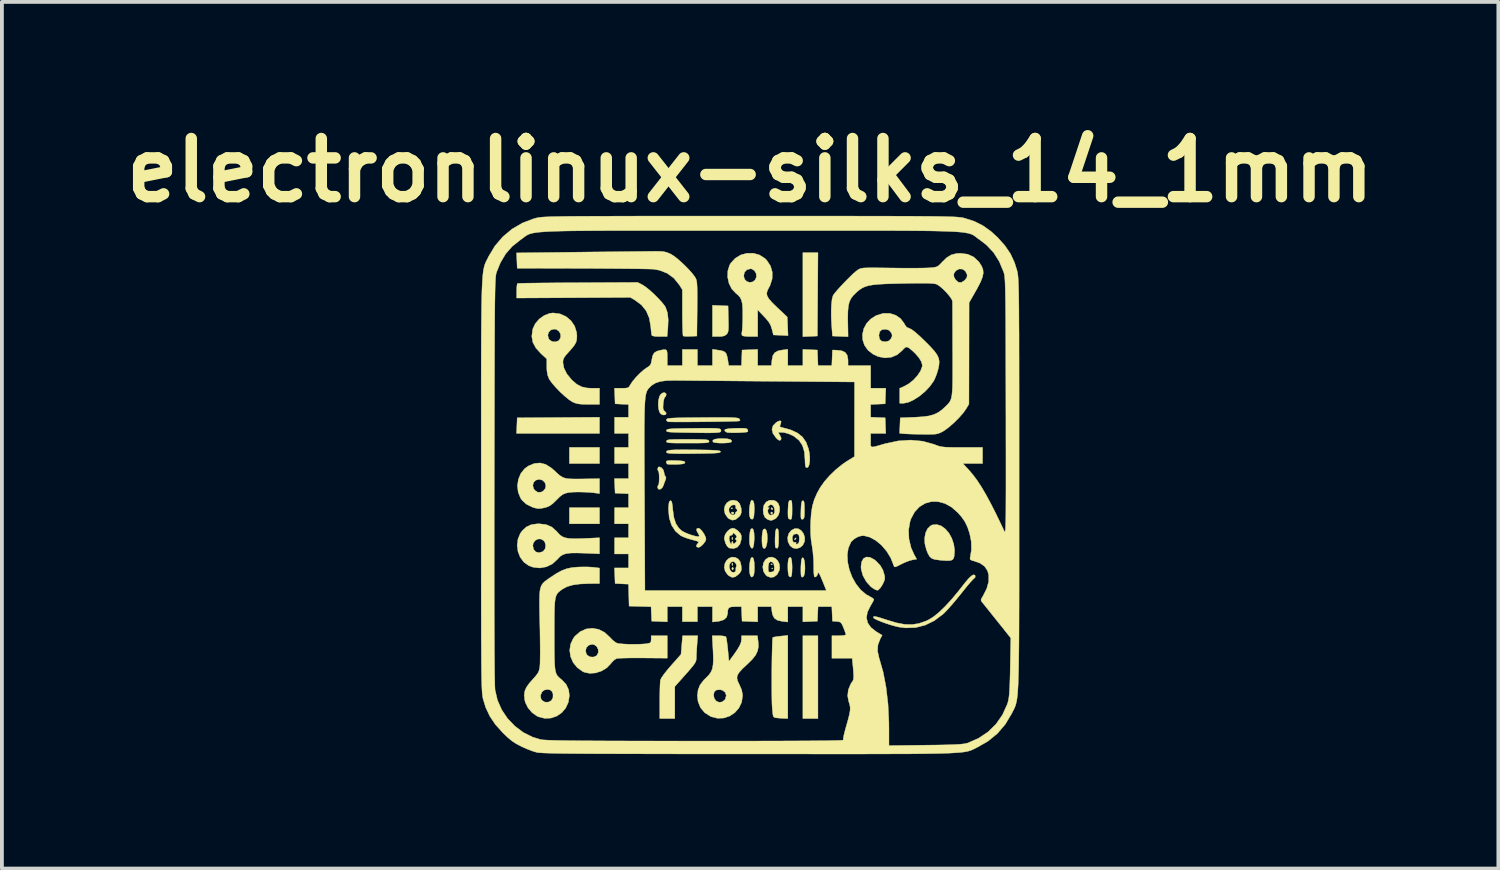
<source format=kicad_pcb>
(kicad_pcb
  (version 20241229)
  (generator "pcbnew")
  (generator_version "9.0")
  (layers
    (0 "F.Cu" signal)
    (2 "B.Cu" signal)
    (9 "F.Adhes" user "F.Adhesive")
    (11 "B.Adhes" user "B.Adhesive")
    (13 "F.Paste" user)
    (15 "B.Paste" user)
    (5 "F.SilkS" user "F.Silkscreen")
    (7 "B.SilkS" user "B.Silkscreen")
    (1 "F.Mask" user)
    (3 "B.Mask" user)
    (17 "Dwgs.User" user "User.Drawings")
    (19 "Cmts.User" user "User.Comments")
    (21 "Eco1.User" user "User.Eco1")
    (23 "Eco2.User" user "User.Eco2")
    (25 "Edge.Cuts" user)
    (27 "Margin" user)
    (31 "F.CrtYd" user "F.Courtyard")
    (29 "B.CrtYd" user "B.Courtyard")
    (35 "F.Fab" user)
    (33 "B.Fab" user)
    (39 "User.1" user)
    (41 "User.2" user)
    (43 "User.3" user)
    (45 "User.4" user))
  (footprint "electronlinux-silks_14_1mm"
    (layer "F.Cu")
    (at 16.626 9.673)
    (property "Reference" "electronlinux-silks_14_1mm" (at 0 -8.255 0) (layer "F.SilkS") (effects (font (size 1.524 1.524) (thickness 0.3))))
    (attr through_hole)
    (fp_poly (pts (xy -3.951 -1.355) (xy -6.127 -1.355) (xy -6.11 -1.764) (xy -3.951 -1.779) (xy -3.951 -1.355)) (stroke (width 0.01) (type solid)) (fill yes) (layer "F.SilkS"))
    (fp_poly (pts (xy -3.951 -0.564) (xy -4.741 -0.564) (xy -4.741 -0.988) (xy -3.951 -0.988) (xy -3.951 -0.564)) (stroke (width 0.01) (type solid)) (fill yes) (layer "F.SilkS"))
    (fp_poly (pts (xy -3.951 1.016) (xy -4.741 1.016) (xy -4.741 0.593) (xy -3.951 0.593) (xy -3.951 1.016)) (stroke (width 0.01) (type solid)) (fill yes) (layer "F.SilkS"))
    (fp_poly (pts (xy 0.593 2.187) (xy 0.579 2.201) (xy 0.564 2.187) (xy 0.579 2.173) (xy 0.593 2.187)) (stroke (width 0.01) (type solid)) (fill yes) (layer "F.SilkS"))
    (fp_poly (pts (xy 1.764 -3.909) (xy 1.383 -3.892) (xy 1.383 -6.096) (xy 1.779 -6.096) (xy 1.764 -3.909)) (stroke (width 0.01) (type solid)) (fill yes) (layer "F.SilkS"))
    (fp_poly (pts (xy 1.778 6.124) (xy 1.383 6.124) (xy 1.383 3.951) (xy 1.778 3.951) (xy 1.778 6.124)) (stroke (width 0.01) (type solid)) (fill yes) (layer "F.SilkS"))
    (fp_poly (pts (xy -0.461 0.602) (xy -0.465 0.619) (xy -0.48 0.621) (xy -0.503 0.611) (xy -0.499 0.602) (xy -0.465 0.599) (xy -0.461 0.602)) (stroke (width 0.01) (type solid)) (fill yes) (layer "F.SilkS"))
    (fp_poly (pts (xy -0.46 1.378) (xy -0.457 1.422) (xy -0.463 1.432) (xy -0.476 1.423) (xy -0.478 1.395) (xy -0.471 1.365) (xy -0.46 1.378)) (stroke (width 0.01) (type solid)) (fill yes) (layer "F.SilkS"))
    (fp_poly (pts (xy -0.46 2.055) (xy -0.457 2.099) (xy -0.463 2.109) (xy -0.476 2.101) (xy -0.478 2.072) (xy -0.471 2.042) (xy -0.46 2.055)) (stroke (width 0.01) (type solid)) (fill yes) (layer "F.SilkS"))
    (fp_poly (pts (xy 0.583 2.07) (xy 0.579 2.086) (xy 0.564 2.088) (xy 0.541 2.078) (xy 0.546 2.07) (xy 0.579 2.066) (xy 0.583 2.07)) (stroke (width 0.01) (type solid)) (fill yes) (layer "F.SilkS"))
    (fp_poly (pts (xy -0.451 2.159) (xy -0.435 2.193) (xy -0.439 2.203) (xy -0.466 2.228) (xy -0.479 2.2) (xy -0.48 2.186) (xy -0.466 2.156) (xy -0.451 2.159)) (stroke (width 0.01) (type solid)) (fill yes) (layer "F.SilkS"))
    (fp_poly (pts (xy -0.429 0.72) (xy -0.423 0.734) (xy -0.444 0.761) (xy -0.45 0.762) (xy -0.488 0.741) (xy -0.494 0.734) (xy -0.487 0.71) (xy -0.467 0.706) (xy -0.429 0.72)) (stroke (width 0.01) (type solid)) (fill yes) (layer "F.SilkS"))
    (fp_poly (pts (xy 0.592 0.613) (xy 0.593 0.621) (xy 0.583 0.648) (xy 0.58 0.649) (xy 0.556 0.629) (xy 0.55 0.621) (xy 0.553 0.595) (xy 0.563 0.593) (xy 0.592 0.613)) (stroke (width 0.01) (type solid)) (fill yes) (layer "F.SilkS"))
    (fp_poly (pts (xy 0.592 0.727) (xy 0.593 0.734) (xy 0.571 0.761) (xy 0.564 0.762) (xy 0.537 0.741) (xy 0.536 0.734) (xy 0.558 0.706) (xy 0.564 0.706) (xy 0.592 0.727)) (stroke (width 0.01) (type solid)) (fill yes) (layer "F.SilkS"))
    (fp_poly (pts (xy 1.205 1.401) (xy 1.199 1.411) (xy 1.173 1.438) (xy 1.168 1.439) (xy 1.166 1.421) (xy 1.171 1.411) (xy 1.198 1.384) (xy 1.203 1.383) (xy 1.205 1.401)) (stroke (width 0.01) (type solid)) (fill yes) (layer "F.SilkS"))
    (fp_poly (pts (xy -0.783 -4.707) (xy -0.579 -4.699) (xy -0.571 -4.354) (xy -0.568 -4.207) (xy -0.569 -4.106) (xy -0.575 -4.039) (xy -0.588 -3.996) (xy -0.608 -3.965) (xy -0.62 -3.952) (xy -0.674 -3.915) (xy -0.752 -3.898) (xy -0.833 -3.895) (xy -0.988 -3.895) (xy -0.988 -4.716) (xy -0.783 -4.707)) (stroke (width 0.01) (type solid)) (fill yes) (layer "F.SilkS"))
    (fp_poly (pts (xy -0.596 -1.213) (xy -0.514 -1.193) (xy -0.484 -1.161) (xy -0.492 -1.131) (xy -0.529 -1.116) (xy -0.605 -1.106) (xy -0.703 -1.101) (xy -0.806 -1.102) (xy -0.897 -1.109) (xy -0.959 -1.121) (xy -0.975 -1.131) (xy -0.979 -1.175) (xy -0.928 -1.203) (xy -0.823 -1.218) (xy -0.733 -1.22) (xy -0.596 -1.213)) (stroke (width 0.01) (type solid)) (fill yes) (layer "F.SilkS"))
    (fp_poly (pts (xy 0.086 1.177) (xy 0.103 1.26) (xy 0.108 1.381) (xy 0.107 1.427) (xy 0.097 1.554) (xy 0.078 1.634) (xy 0.052 1.663) (xy 0.022 1.64) (xy -0.003 1.59) (xy -0.016 1.522) (xy -0.019 1.426) (xy -0.015 1.322) (xy -0.003 1.228) (xy 0.015 1.163) (xy 0.024 1.15) (xy 0.059 1.139) (xy 0.086 1.177)) (stroke (width 0.01) (type solid)) (fill yes) (layer "F.SilkS"))
    (fp_poly (pts (xy 0.09 1.937) (xy 0.107 2.028) (xy 0.112 2.163) (xy 0.108 2.286) (xy 0.093 2.363) (xy 0.071 2.399) (xy 0.038 2.414) (xy 0.013 2.388) (xy -0.002 2.353) (xy -0.016 2.281) (xy -0.02 2.182) (xy -0.014 2.075) (xy 0.001 1.981) (xy 0.022 1.917) (xy 0.03 1.906) (xy 0.064 1.895) (xy 0.09 1.937)) (stroke (width 0.01) (type solid)) (fill yes) (layer "F.SilkS"))
    (fp_poly (pts (xy 0.424 1.189) (xy 0.445 1.275) (xy 0.452 1.397) (xy 0.444 1.508) (xy 0.425 1.596) (xy 0.397 1.651) (xy 0.366 1.668) (xy 0.336 1.639) (xy 0.328 1.62) (xy 0.314 1.552) (xy 0.309 1.456) (xy 0.311 1.351) (xy 0.321 1.253) (xy 0.337 1.182) (xy 0.351 1.159) (xy 0.392 1.148) (xy 0.424 1.189)) (stroke (width 0.01) (type solid)) (fill yes) (layer "F.SilkS"))
    (fp_poly (pts (xy 1.074 1.913) (xy 1.092 1.986) (xy 1.1 2.108) (xy 1.101 2.159) (xy 1.097 2.294) (xy 1.087 2.377) (xy 1.067 2.412) (xy 1.036 2.406) (xy 1.021 2.392) (xy 1.004 2.348) (xy 0.993 2.266) (xy 0.989 2.164) (xy 0.99 2.06) (xy 0.999 1.974) (xy 1.013 1.923) (xy 1.047 1.891) (xy 1.074 1.913)) (stroke (width 0.01) (type solid)) (fill yes) (layer "F.SilkS"))
    (fp_poly (pts (xy 0.081 0.417) (xy 0.103 0.487) (xy 0.11 0.606) (xy 0.107 0.706) (xy 0.099 0.81) (xy 0.085 0.869) (xy 0.061 0.895) (xy 0.052 0.897) (xy 0.012 0.883) (xy -0.014 0.819) (xy -0.014 0.818) (xy -0.023 0.734) (xy -0.021 0.635) (xy -0.01 0.537) (xy 0.008 0.454) (xy 0.03 0.404) (xy 0.045 0.395) (xy 0.081 0.417)) (stroke (width 0.01) (type solid)) (fill yes) (layer "F.SilkS"))
    (fp_poly (pts (xy -1.954 -0.643) (xy -1.832 -0.637) (xy -1.756 -0.628) (xy -1.718 -0.613) (xy -1.707 -0.593) (xy -1.719 -0.57) (xy -1.761 -0.556) (xy -1.843 -0.547) (xy -1.935 -0.542) (xy -2.043 -0.541) (xy -2.129 -0.544) (xy -2.177 -0.551) (xy -2.181 -0.554) (xy -2.2 -0.598) (xy -2.201 -0.613) (xy -2.189 -0.632) (xy -2.148 -0.642) (xy -2.067 -0.645) (xy -1.954 -0.643)) (stroke (width 0.01) (type solid)) (fill yes) (layer "F.SilkS"))
    (fp_poly (pts (xy 1.404 0.419) (xy 1.417 0.457) (xy 1.423 0.531) (xy 1.425 0.649) (xy 1.424 0.767) (xy 1.418 0.84) (xy 1.405 0.879) (xy 1.384 0.896) (xy 1.375 0.898) (xy 1.351 0.898) (xy 1.336 0.879) (xy 1.33 0.831) (xy 1.33 0.744) (xy 1.332 0.658) (xy 1.338 0.535) (xy 1.348 0.459) (xy 1.362 0.42) (xy 1.383 0.409) (xy 1.404 0.419)) (stroke (width 0.01) (type solid)) (fill yes) (layer "F.SilkS"))
    (fp_poly (pts (xy 1.407 1.93) (xy 1.425 1.997) (xy 1.435 2.088) (xy 1.438 2.19) (xy 1.432 2.286) (xy 1.418 2.361) (xy 1.398 2.398) (xy 1.361 2.419) (xy 1.34 2.394) (xy 1.34 2.393) (xy 1.333 2.346) (xy 1.33 2.26) (xy 1.331 2.152) (xy 1.332 2.128) (xy 1.339 2.012) (xy 1.349 1.943) (xy 1.366 1.911) (xy 1.383 1.905) (xy 1.407 1.93)) (stroke (width 0.01) (type solid)) (fill yes) (layer "F.SilkS"))
    (fp_poly (pts (xy 0.726 1.153) (xy 0.739 1.189) (xy 0.746 1.262) (xy 0.748 1.38) (xy 0.748 1.395) (xy 0.745 1.531) (xy 0.735 1.617) (xy 0.718 1.655) (xy 0.713 1.658) (xy 0.673 1.647) (xy 0.662 1.63) (xy 0.656 1.584) (xy 0.653 1.498) (xy 0.654 1.39) (xy 0.655 1.366) (xy 0.661 1.25) (xy 0.672 1.181) (xy 0.689 1.149) (xy 0.706 1.143) (xy 0.726 1.153)) (stroke (width 0.01) (type solid)) (fill yes) (layer "F.SilkS"))
    (fp_poly (pts (xy -0.15 -1.49) (xy -0.099 -1.481) (xy -0.073 -1.465) (xy -0.067 -1.453) (xy -0.057 -1.41) (xy -0.06 -1.4) (xy -0.098 -1.389) (xy -0.177 -1.381) (xy -0.281 -1.375) (xy -0.393 -1.372) (xy -0.497 -1.373) (xy -0.578 -1.377) (xy -0.616 -1.384) (xy -0.662 -1.416) (xy -0.67 -1.446) (xy -0.64 -1.465) (xy -0.563 -1.479) (xy -0.434 -1.488) (xy -0.371 -1.49) (xy -0.238 -1.492) (xy -0.15 -1.49)) (stroke (width 0.01) (type solid)) (fill yes) (layer "F.SilkS"))
    (fp_poly (pts (xy 1.075 0.401) (xy 1.089 0.422) (xy 1.097 0.473) (xy 1.1 0.564) (xy 1.101 0.647) (xy 1.099 0.771) (xy 1.093 0.849) (xy 1.082 0.889) (xy 1.062 0.903) (xy 1.057 0.903) (xy 1.01 0.882) (xy 1 0.865) (xy 0.994 0.82) (xy 0.991 0.735) (xy 0.993 0.629) (xy 0.994 0.619) (xy 1 0.508) (xy 1.011 0.442) (xy 1.03 0.41) (xy 1.051 0.4) (xy 1.075 0.401)) (stroke (width 0.01) (type solid)) (fill yes) (layer "F.SilkS"))
    (fp_poly (pts (xy 3.146 1.896) (xy 3.257 1.956) (xy 3.304 1.995) (xy 3.413 2.109) (xy 3.482 2.229) (xy 3.522 2.361) (xy 3.533 2.435) (xy 3.522 2.501) (xy 3.485 2.584) (xy 3.471 2.611) (xy 3.416 2.697) (xy 3.364 2.75) (xy 3.341 2.76) (xy 3.289 2.747) (xy 3.215 2.702) (xy 3.163 2.663) (xy 3.045 2.531) (xy 2.958 2.374) (xy 2.912 2.209) (xy 2.907 2.141) (xy 2.925 2.012) (xy 2.974 1.926) (xy 3.05 1.887) (xy 3.146 1.896)) (stroke (width 0.01) (type solid)) (fill yes) (layer "F.SilkS"))
    (fp_poly (pts (xy -2.205 -2.396) (xy -2.201 -2.373) (xy -2.216 -2.323) (xy -2.234 -2.308) (xy -2.253 -2.276) (xy -2.271 -2.205) (xy -2.28 -2.133) (xy -2.285 -2.034) (xy -2.277 -1.977) (xy -2.255 -1.947) (xy -2.247 -1.942) (xy -2.208 -1.901) (xy -2.201 -1.875) (xy -2.223 -1.843) (xy -2.276 -1.837) (xy -2.337 -1.859) (xy -2.378 -1.914) (xy -2.403 -2.006) (xy -2.411 -2.117) (xy -2.403 -2.229) (xy -2.378 -2.326) (xy -2.348 -2.378) (xy -2.293 -2.419) (xy -2.239 -2.424) (xy -2.205 -2.396)) (stroke (width 0.01) (type solid)) (fill yes) (layer "F.SilkS"))
    (fp_poly (pts (xy 5.01 1.071) (xy 5.118 1.149) (xy 5.213 1.259) (xy 5.288 1.395) (xy 5.34 1.548) (xy 5.363 1.711) (xy 5.351 1.871) (xy 5.334 1.926) (xy 5.303 1.962) (xy 5.248 1.98) (xy 5.159 1.984) (xy 5.027 1.975) (xy 4.97 1.969) (xy 4.848 1.953) (xy 4.765 1.925) (xy 4.707 1.874) (xy 4.66 1.789) (xy 4.623 1.695) (xy 4.583 1.54) (xy 4.577 1.388) (xy 4.603 1.251) (xy 4.657 1.139) (xy 4.738 1.064) (xy 4.777 1.046) (xy 4.895 1.035) (xy 5.01 1.071)) (stroke (width 0.01) (type solid)) (fill yes) (layer "F.SilkS"))
    (fp_poly (pts (xy -2.325 -0.455) (xy -2.276 -0.396) (xy -2.258 -0.328) (xy -2.244 -0.263) (xy -2.224 -0.232) (xy -2.206 -0.186) (xy -2.221 -0.135) (xy -2.251 -0.059) (xy -2.276 0.014) (xy -2.309 0.074) (xy -2.355 0.108) (xy -2.399 0.111) (xy -2.425 0.078) (xy -2.427 0.058) (xy -2.418 0.011) (xy -2.406 0) (xy -2.395 -0.026) (xy -2.388 -0.093) (xy -2.385 -0.183) (xy -2.388 -0.277) (xy -2.396 -0.343) (xy -2.406 -0.367) (xy -2.423 -0.391) (xy -2.427 -0.423) (xy -2.41 -0.469) (xy -2.387 -0.48) (xy -2.325 -0.455)) (stroke (width 0.01) (type solid)) (fill yes) (layer "F.SilkS"))
    (fp_poly (pts (xy 0.988 6.124) (xy 0.868 6.12) (xy 0.772 6.114) (xy 0.687 6.106) (xy 0.673 6.104) (xy 0.638 6.096) (xy 0.615 6.079) (xy 0.6 6.04) (xy 0.59 5.969) (xy 0.58 5.856) (xy 0.578 5.828) (xy 0.573 5.738) (xy 0.57 5.61) (xy 0.568 5.451) (xy 0.567 5.271) (xy 0.567 5.076) (xy 0.568 4.876) (xy 0.57 4.678) (xy 0.573 4.491) (xy 0.577 4.322) (xy 0.581 4.181) (xy 0.585 4.074) (xy 0.591 4.011) (xy 0.594 3.997) (xy 0.628 3.987) (xy 0.701 3.974) (xy 0.798 3.963) (xy 0.988 3.943) (xy 0.988 6.124)) (stroke (width 0.01) (type solid)) (fill yes) (layer "F.SilkS"))
    (fp_poly (pts (xy -1.393 4.184) (xy -1.401 4.311) (xy -1.408 4.431) (xy -1.411 4.523) (xy -1.411 4.533) (xy -1.414 4.581) (xy -1.426 4.626) (xy -1.453 4.677) (xy -1.5 4.742) (xy -1.574 4.831) (xy -1.679 4.951) (xy -1.693 4.967) (xy -1.976 5.285) (xy -1.976 6.124) (xy -2.371 6.124) (xy -2.371 5.662) (xy -2.37 5.5) (xy -2.367 5.351) (xy -2.363 5.229) (xy -2.357 5.144) (xy -2.354 5.116) (xy -2.327 5.057) (xy -2.264 4.966) (xy -2.172 4.849) (xy -2.075 4.736) (xy -1.814 4.441) (xy -1.793 4.196) (xy -1.773 3.951) (xy -1.375 3.951) (xy -1.393 4.184)) (stroke (width 0.01) (type solid)) (fill yes) (layer "F.SilkS"))
    (fp_poly (pts (xy -1.636 -0.926) (xy -1.466 -0.925) (xy -1.248 -0.922) (xy -1.08 -0.919) (xy -0.956 -0.914) (xy -0.87 -0.909) (xy -0.816 -0.901) (xy -0.787 -0.891) (xy -0.776 -0.878) (xy -0.776 -0.875) (xy -0.783 -0.862) (xy -0.807 -0.851) (xy -0.855 -0.843) (xy -0.933 -0.837) (xy -1.047 -0.832) (xy -1.203 -0.829) (xy -1.408 -0.826) (xy -1.473 -0.825) (xy -1.717 -0.823) (xy -1.908 -0.824) (xy -2.048 -0.828) (xy -2.139 -0.835) (xy -2.183 -0.845) (xy -2.188 -0.849) (xy -2.197 -0.874) (xy -2.186 -0.893) (xy -2.149 -0.908) (xy -2.081 -0.918) (xy -1.976 -0.924) (xy -1.83 -0.926) (xy -1.636 -0.926)) (stroke (width 0.01) (type solid)) (fill yes) (layer "F.SilkS"))
    (fp_poly (pts (xy -1.447 -1.199) (xy -1.306 -1.197) (xy -1.207 -1.194) (xy -1.142 -1.188) (xy -1.103 -1.179) (xy -1.084 -1.166) (xy -1.078 -1.15) (xy -1.078 -1.133) (xy -1.092 -1.121) (xy -1.125 -1.112) (xy -1.185 -1.106) (xy -1.28 -1.103) (xy -1.415 -1.101) (xy -1.599 -1.101) (xy -1.637 -1.101) (xy -1.83 -1.101) (xy -1.973 -1.102) (xy -2.074 -1.105) (xy -2.14 -1.111) (xy -2.178 -1.119) (xy -2.194 -1.131) (xy -2.197 -1.147) (xy -2.196 -1.15) (xy -2.188 -1.167) (xy -2.168 -1.18) (xy -2.128 -1.189) (xy -2.061 -1.194) (xy -1.959 -1.198) (xy -1.815 -1.199) (xy -1.637 -1.199) (xy -1.447 -1.199)) (stroke (width 0.01) (type solid)) (fill yes) (layer "F.SilkS"))
    (fp_poly (pts (xy 0.653 1.919) (xy 0.721 1.981) (xy 0.765 2.068) (xy 0.776 2.171) (xy 0.762 2.244) (xy 0.706 2.348) (xy 0.627 2.409) (xy 0.537 2.424) (xy 0.445 2.389) (xy 0.408 2.358) (xy 0.349 2.263) (xy 0.331 2.148) (xy 0.474 2.148) (xy 0.475 2.232) (xy 0.485 2.273) (xy 0.513 2.284) (xy 0.557 2.281) (xy 0.608 2.269) (xy 0.63 2.236) (xy 0.635 2.166) (xy 0.635 2.162) (xy 0.62 2.065) (xy 0.586 2.022) (xy 0.53 2.008) (xy 0.492 2.045) (xy 0.475 2.13) (xy 0.474 2.148) (xy 0.331 2.148) (xy 0.331 2.148) (xy 0.353 2.034) (xy 0.403 1.954) (xy 0.484 1.898) (xy 0.571 1.889) (xy 0.653 1.919)) (stroke (width 0.01) (type solid)) (fill yes) (layer "F.SilkS"))
    (fp_poly (pts (xy -0.974 -1.49) (xy -0.885 -1.487) (xy -0.827 -1.481) (xy -0.792 -1.472) (xy -0.776 -1.459) (xy -0.772 -1.453) (xy -0.764 -1.427) (xy -0.766 -1.407) (xy -0.785 -1.391) (xy -0.824 -1.381) (xy -0.891 -1.374) (xy -0.991 -1.37) (xy -1.129 -1.369) (xy -1.311 -1.371) (xy -1.543 -1.374) (xy -1.589 -1.375) (xy -1.791 -1.378) (xy -1.944 -1.382) (xy -2.053 -1.386) (xy -2.126 -1.392) (xy -2.17 -1.4) (xy -2.191 -1.411) (xy -2.197 -1.426) (xy -2.196 -1.433) (xy -2.189 -1.448) (xy -2.17 -1.46) (xy -2.132 -1.469) (xy -2.07 -1.476) (xy -1.976 -1.481) (xy -1.844 -1.484) (xy -1.667 -1.487) (xy -1.488 -1.489) (xy -1.269 -1.491) (xy -1.099 -1.492) (xy -0.974 -1.49)) (stroke (width 0.01) (type solid)) (fill yes) (layer "F.SilkS"))
    (fp_poly (pts (xy -0.622 -1.773) (xy -0.499 -1.771) (xy -0.41 -1.766) (xy -0.348 -1.76) (xy -0.31 -1.752) (xy -0.288 -1.742) (xy -0.283 -1.736) (xy -0.262 -1.7) (xy -0.286 -1.681) (xy -0.323 -1.677) (xy -0.408 -1.674) (xy -0.532 -1.67) (xy -0.689 -1.667) (xy -0.868 -1.664) (xy -1.062 -1.661) (xy -1.263 -1.659) (xy -1.462 -1.657) (xy -1.652 -1.656) (xy -1.823 -1.655) (xy -1.967 -1.656) (xy -2.076 -1.657) (xy -2.142 -1.659) (xy -2.156 -1.66) (xy -2.193 -1.69) (xy -2.196 -1.717) (xy -2.189 -1.73) (xy -2.17 -1.74) (xy -2.135 -1.748) (xy -2.076 -1.755) (xy -1.989 -1.76) (xy -1.868 -1.764) (xy -1.707 -1.767) (xy -1.5 -1.769) (xy -1.252 -1.771) (xy -0.993 -1.773) (xy -0.785 -1.774) (xy -0.622 -1.773)) (stroke (width 0.01) (type solid)) (fill yes) (layer "F.SilkS"))
    (fp_poly (pts (xy -0.384 1.899) (xy -0.311 1.941) (xy -0.258 2.016) (xy -0.234 2.123) (xy -0.228 2.21) (xy -0.244 2.268) (xy -0.288 2.324) (xy -0.305 2.341) (xy -0.392 2.408) (xy -0.473 2.421) (xy -0.556 2.38) (xy -0.595 2.345) (xy -0.657 2.254) (xy -0.677 2.158) (xy -0.548 2.158) (xy -0.524 2.233) (xy -0.486 2.278) (xy -0.435 2.293) (xy -0.391 2.273) (xy -0.374 2.229) (xy -0.378 2.214) (xy -0.375 2.166) (xy -0.368 2.155) (xy -0.356 2.109) (xy -0.378 2.053) (xy -0.421 2.012) (xy -0.45 2.004) (xy -0.508 2.027) (xy -0.542 2.084) (xy -0.548 2.158) (xy -0.677 2.158) (xy -0.677 2.156) (xy -0.663 2.062) (xy -0.62 1.98) (xy -0.554 1.919) (xy -0.474 1.889) (xy -0.384 1.899)) (stroke (width 0.01) (type solid)) (fill yes) (layer "F.SilkS"))
    (fp_poly (pts (xy 1.26 1.144) (xy 1.339 1.192) (xy 1.399 1.272) (xy 1.432 1.371) (xy 1.429 1.477) (xy 1.428 1.48) (xy 1.381 1.577) (xy 1.305 1.641) (xy 1.215 1.667) (xy 1.124 1.651) (xy 1.046 1.591) (xy 0.993 1.486) (xy 0.984 1.374) (xy 0.99 1.353) (xy 1.106 1.353) (xy 1.11 1.445) (xy 1.113 1.454) (xy 1.138 1.503) (xy 1.176 1.504) (xy 1.208 1.5) (xy 1.202 1.519) (xy 1.204 1.548) (xy 1.224 1.552) (xy 1.266 1.529) (xy 1.28 1.503) (xy 1.288 1.438) (xy 1.289 1.369) (xy 1.276 1.308) (xy 1.237 1.283) (xy 1.208 1.279) (xy 1.14 1.296) (xy 1.106 1.353) (xy 0.99 1.353) (xy 1.015 1.269) (xy 1.081 1.186) (xy 1.173 1.14) (xy 1.26 1.144)) (stroke (width 0.01) (type solid)) (fill yes) (layer "F.SilkS"))
    (fp_poly (pts (xy 0.677 0.423) (xy 0.74 0.486) (xy 0.772 0.578) (xy 0.773 0.683) (xy 0.744 0.783) (xy 0.686 0.863) (xy 0.648 0.889) (xy 0.581 0.921) (xy 0.532 0.926) (xy 0.472 0.908) (xy 0.46 0.903) (xy 0.389 0.849) (xy 0.349 0.756) (xy 0.339 0.642) (xy 0.351 0.58) (xy 0.458 0.58) (xy 0.47 0.593) (xy 0.481 0.593) (xy 0.506 0.599) (xy 0.485 0.617) (xy 0.462 0.659) (xy 0.468 0.719) (xy 0.495 0.771) (xy 0.532 0.79) (xy 0.597 0.775) (xy 0.616 0.766) (xy 0.641 0.72) (xy 0.643 0.65) (xy 0.625 0.577) (xy 0.589 0.527) (xy 0.586 0.525) (xy 0.537 0.512) (xy 0.488 0.544) (xy 0.458 0.58) (xy 0.351 0.58) (xy 0.361 0.527) (xy 0.421 0.443) (xy 0.508 0.398) (xy 0.611 0.398) (xy 0.677 0.423)) (stroke (width 0.01) (type solid)) (fill yes) (layer "F.SilkS"))
    (fp_poly (pts (xy -0.343 0.418) (xy -0.275 0.486) (xy -0.237 0.601) (xy -0.233 0.629) (xy -0.231 0.718) (xy -0.252 0.782) (xy -0.286 0.826) (xy -0.377 0.902) (xy -0.466 0.922) (xy -0.554 0.885) (xy -0.592 0.852) (xy -0.658 0.755) (xy -0.68 0.65) (xy -0.674 0.617) (xy -0.557 0.617) (xy -0.555 0.689) (xy -0.534 0.737) (xy -0.496 0.772) (xy -0.445 0.785) (xy -0.402 0.774) (xy -0.388 0.741) (xy -0.388 0.74) (xy -0.377 0.708) (xy -0.367 0.706) (xy -0.342 0.683) (xy -0.339 0.663) (xy -0.353 0.626) (xy -0.366 0.621) (xy -0.382 0.6) (xy -0.377 0.579) (xy -0.38 0.536) (xy -0.418 0.518) (xy -0.472 0.527) (xy -0.509 0.551) (xy -0.557 0.617) (xy -0.674 0.617) (xy -0.663 0.549) (xy -0.611 0.465) (xy -0.528 0.41) (xy -0.443 0.395) (xy -0.343 0.418)) (stroke (width 0.01) (type solid)) (fill yes) (layer "F.SilkS"))
    (fp_poly (pts (xy -2.822 -5.25) (xy -2.74 -5.196) (xy -2.635 -5.112) (xy -2.521 -5.008) (xy -2.41 -4.897) (xy -2.312 -4.791) (xy -2.241 -4.701) (xy -2.219 -4.664) (xy -2.169 -4.52) (xy -2.149 -4.337) (xy -2.158 -4.11) (xy -2.158 -4.109) (xy -2.178 -3.895) (xy -2.374 -3.895) (xy -2.496 -3.9) (xy -2.565 -3.915) (xy -2.581 -3.93) (xy -2.589 -3.975) (xy -2.598 -4.057) (xy -2.607 -4.156) (xy -2.646 -4.381) (xy -2.726 -4.568) (xy -2.849 -4.723) (xy -3.017 -4.848) (xy -3.142 -4.922) (xy -4.633 -4.914) (xy -6.124 -4.906) (xy -6.124 -5.09) (xy -6.121 -5.186) (xy -6.113 -5.258) (xy -6.103 -5.288) (xy -6.071 -5.29) (xy -5.988 -5.293) (xy -5.859 -5.296) (xy -5.689 -5.298) (xy -5.484 -5.301) (xy -5.248 -5.303) (xy -4.986 -5.306) (xy -4.704 -5.307) (xy -4.515 -5.308) (xy -2.949 -5.316) (xy -2.822 -5.25)) (stroke (width 0.01) (type solid)) (fill yes) (layer "F.SilkS"))
    (fp_poly (pts (xy 0.812 -1.674) (xy 0.805 -1.619) (xy 0.796 -1.595) (xy 0.778 -1.543) (xy 0.799 -1.519) (xy 0.84 -1.509) (xy 1.064 -1.448) (xy 1.24 -1.367) (xy 1.372 -1.262) (xy 1.467 -1.125) (xy 1.53 -0.953) (xy 1.551 -0.858) (xy 1.564 -0.736) (xy 1.563 -0.625) (xy 1.548 -0.534) (xy 1.523 -0.474) (xy 1.489 -0.454) (xy 1.459 -0.47) (xy 1.448 -0.506) (xy 1.441 -0.582) (xy 1.439 -0.661) (xy 1.423 -0.871) (xy 1.372 -1.039) (xy 1.284 -1.172) (xy 1.155 -1.276) (xy 1.103 -1.305) (xy 0.995 -1.35) (xy 0.89 -1.378) (xy 0.843 -1.383) (xy 0.736 -1.383) (xy 0.784 -1.299) (xy 0.814 -1.234) (xy 0.808 -1.194) (xy 0.798 -1.182) (xy 0.768 -1.17) (xy 0.725 -1.195) (xy 0.678 -1.241) (xy 0.598 -1.354) (xy 0.572 -1.46) (xy 0.6 -1.557) (xy 0.684 -1.642) (xy 0.711 -1.659) (xy 0.779 -1.688) (xy 0.812 -1.674)) (stroke (width 0.01) (type solid)) (fill yes) (layer "F.SilkS"))
    (fp_poly (pts (xy 5.889 2.36) (xy 5.902 2.375) (xy 5.903 2.419) (xy 5.869 2.452) (xy 5.833 2.487) (xy 5.769 2.558) (xy 5.685 2.657) (xy 5.589 2.776) (xy 5.517 2.866) (xy 5.405 3.004) (xy 5.291 3.138) (xy 5.186 3.257) (xy 5.099 3.348) (xy 5.063 3.382) (xy 4.832 3.556) (xy 4.592 3.674) (xy 4.34 3.738) (xy 4.076 3.747) (xy 3.895 3.723) (xy 3.791 3.698) (xy 3.67 3.663) (xy 3.543 3.621) (xy 3.424 3.577) (xy 3.325 3.535) (xy 3.257 3.501) (xy 3.234 3.481) (xy 3.232 3.456) (xy 3.256 3.446) (xy 3.313 3.454) (xy 3.408 3.48) (xy 3.548 3.525) (xy 3.594 3.54) (xy 3.84 3.614) (xy 4.052 3.654) (xy 4.242 3.659) (xy 4.422 3.632) (xy 4.604 3.57) (xy 4.68 3.535) (xy 4.807 3.457) (xy 4.956 3.336) (xy 5.12 3.177) (xy 5.295 2.986) (xy 5.475 2.769) (xy 5.526 2.703) (xy 5.644 2.553) (xy 5.735 2.447) (xy 5.804 2.382) (xy 5.854 2.354) (xy 5.889 2.36)) (stroke (width 0.01) (type solid)) (fill yes) (layer "F.SilkS"))
    (fp_poly (pts (xy -0.394 1.148) (xy -0.325 1.196) (xy -0.305 1.215) (xy -0.252 1.275) (xy -0.23 1.33) (xy -0.231 1.407) (xy -0.234 1.433) (xy -0.269 1.551) (xy -0.337 1.631) (xy -0.432 1.666) (xy -0.544 1.652) (xy -0.558 1.646) (xy -0.604 1.603) (xy -0.646 1.526) (xy -0.672 1.434) (xy -0.676 1.392) (xy -0.552 1.392) (xy -0.541 1.467) (xy -0.524 1.51) (xy -0.496 1.566) (xy -0.484 1.51) (xy -0.473 1.47) (xy -0.461 1.485) (xy -0.453 1.506) (xy -0.436 1.542) (xy -0.412 1.535) (xy -0.384 1.509) (xy -0.353 1.468) (xy -0.365 1.44) (xy -0.372 1.435) (xy -0.394 1.41) (xy -0.37 1.386) (xy -0.349 1.36) (xy -0.367 1.323) (xy -0.391 1.296) (xy -0.433 1.257) (xy -0.45 1.261) (xy -0.452 1.276) (xy -0.474 1.312) (xy -0.501 1.316) (xy -0.538 1.336) (xy -0.552 1.392) (xy -0.676 1.392) (xy -0.677 1.382) (xy -0.656 1.299) (xy -0.601 1.218) (xy -0.529 1.155) (xy -0.454 1.129) (xy -0.452 1.129) (xy -0.394 1.148)) (stroke (width 0.01) (type solid)) (fill yes) (layer "F.SilkS"))
    (fp_poly (pts (xy -2.066 0.422) (xy -2.05 0.466) (xy -2.037 0.551) (xy -2.028 0.652) (xy -2 0.852) (xy -1.95 1.008) (xy -1.872 1.128) (xy -1.799 1.196) (xy -1.735 1.234) (xy -1.645 1.274) (xy -1.544 1.31) (xy -1.45 1.337) (xy -1.375 1.351) (xy -1.338 1.347) (xy -1.339 1.315) (xy -1.366 1.266) (xy -1.406 1.19) (xy -1.4 1.144) (xy -1.356 1.129) (xy -1.311 1.152) (xy -1.258 1.211) (xy -1.206 1.287) (xy -1.169 1.365) (xy -1.157 1.418) (xy -1.177 1.477) (xy -1.227 1.545) (xy -1.289 1.604) (xy -1.346 1.635) (xy -1.357 1.637) (xy -1.402 1.62) (xy -1.411 1.598) (xy -1.391 1.549) (xy -1.366 1.521) (xy -1.349 1.501) (xy -1.362 1.483) (xy -1.413 1.463) (xy -1.51 1.437) (xy -1.524 1.434) (xy -1.641 1.4) (xy -1.75 1.36) (xy -1.826 1.323) (xy -1.961 1.207) (xy -2.061 1.051) (xy -2.122 0.862) (xy -2.142 0.644) (xy -2.14 0.579) (xy -2.131 0.479) (xy -2.115 0.425) (xy -2.089 0.409) (xy -2.088 0.409) (xy -2.066 0.422)) (stroke (width 0.01) (type solid)) (fill yes) (layer "F.SilkS"))
    (fp_poly (pts (xy -5.351 1.037) (xy -5.202 1.101) (xy -5.075 1.214) (xy -5.053 1.24) (xy -4.993 1.305) (xy -4.927 1.353) (xy -4.845 1.384) (xy -4.737 1.402) (xy -4.595 1.407) (xy -4.409 1.403) (xy -4.339 1.4) (xy -3.951 1.382) (xy -3.951 1.803) (xy -4.355 1.786) (xy -4.552 1.781) (xy -4.704 1.783) (xy -4.818 1.796) (xy -4.904 1.822) (xy -4.973 1.863) (xy -5.033 1.921) (xy -5.057 1.949) (xy -5.187 2.068) (xy -5.344 2.144) (xy -5.516 2.175) (xy -5.69 2.156) (xy -5.809 2.113) (xy -5.937 2.02) (xy -6.032 1.892) (xy -6.09 1.741) (xy -6.109 1.59) (xy -5.701 1.59) (xy -5.679 1.69) (xy -5.621 1.753) (xy -5.54 1.775) (xy -5.447 1.748) (xy -5.425 1.734) (xy -5.376 1.669) (xy -5.363 1.582) (xy -5.386 1.495) (xy -5.409 1.463) (xy -5.482 1.416) (xy -5.563 1.415) (xy -5.637 1.452) (xy -5.687 1.52) (xy -5.701 1.59) (xy -6.109 1.59) (xy -6.11 1.579) (xy -6.09 1.417) (xy -6.028 1.267) (xy -5.974 1.194) (xy -5.869 1.098) (xy -5.748 1.041) (xy -5.597 1.018) (xy -5.531 1.016) (xy -5.351 1.037)) (stroke (width 0.01) (type solid)) (fill yes) (layer "F.SilkS"))
    (fp_poly (pts (xy -2.373 -6.131) (xy -2.276 -6.124) (xy -2.199 -6.107) (xy -2.124 -6.078) (xy -2.081 -6.058) (xy -1.99 -6.001) (xy -1.877 -5.911) (xy -1.755 -5.8) (xy -1.635 -5.681) (xy -1.53 -5.565) (xy -1.452 -5.464) (xy -1.427 -5.422) (xy -1.413 -5.388) (xy -1.402 -5.341) (xy -1.395 -5.275) (xy -1.39 -5.183) (xy -1.388 -5.057) (xy -1.387 -4.891) (xy -1.389 -4.677) (xy -1.389 -4.622) (xy -1.397 -3.909) (xy -1.567 -3.901) (xy -1.661 -3.899) (xy -1.731 -3.904) (xy -1.758 -3.912) (xy -1.764 -3.945) (xy -1.769 -4.026) (xy -1.773 -4.146) (xy -1.776 -4.297) (xy -1.778 -4.47) (xy -1.778 -4.529) (xy -1.778 -5.125) (xy -1.858 -5.251) (xy -1.999 -5.426) (xy -2.173 -5.554) (xy -2.377 -5.634) (xy -2.53 -5.662) (xy -2.588 -5.665) (xy -2.697 -5.668) (xy -2.851 -5.671) (xy -3.045 -5.674) (xy -3.273 -5.676) (xy -3.531 -5.678) (xy -3.812 -5.68) (xy -4.11 -5.682) (xy -4.403 -5.683) (xy -6.11 -5.687) (xy -6.118 -5.889) (xy -6.127 -6.09) (xy -4.453 -6.11) (xy -4.142 -6.114) (xy -3.84 -6.117) (xy -3.553 -6.12) (xy -3.288 -6.123) (xy -3.051 -6.126) (xy -2.847 -6.128) (xy -2.683 -6.13) (xy -2.565 -6.131) (xy -2.508 -6.132) (xy -2.373 -6.131)) (stroke (width 0.01) (type solid)) (fill yes) (layer "F.SilkS"))
    (fp_poly (pts (xy -5.365 -0.543) (xy -5.218 -0.451) (xy -5.139 -0.383) (xy -5.052 -0.301) (xy -4.981 -0.242) (xy -4.914 -0.202) (xy -4.841 -0.177) (xy -4.749 -0.164) (xy -4.628 -0.16) (xy -4.466 -0.16) (xy -4.396 -0.161) (xy -3.951 -0.168) (xy -3.951 0.224) (xy -4.029 0.212) (xy -4.166 0.196) (xy -4.325 0.186) (xy -4.487 0.182) (xy -4.634 0.184) (xy -4.748 0.194) (xy -4.768 0.197) (xy -4.853 0.218) (xy -4.92 0.249) (xy -4.988 0.301) (xy -5.074 0.386) (xy -5.078 0.39) (xy -5.176 0.485) (xy -5.258 0.545) (xy -5.34 0.58) (xy -5.368 0.588) (xy -5.478 0.612) (xy -5.561 0.617) (xy -5.641 0.602) (xy -5.713 0.579) (xy -5.871 0.501) (xy -5.985 0.395) (xy -6.023 0.34) (xy -6.085 0.184) (xy -6.103 0.017) (xy -6.102 0.009) (xy -5.701 0.009) (xy -5.68 0.094) (xy -5.644 0.141) (xy -5.566 0.191) (xy -5.483 0.185) (xy -5.425 0.154) (xy -5.37 0.087) (xy -5.359 0.008) (xy -5.385 -0.068) (xy -5.444 -0.127) (xy -5.528 -0.15) (xy -5.532 -0.151) (xy -5.622 -0.128) (xy -5.68 -0.07) (xy -5.701 0.009) (xy -6.102 0.009) (xy -6.079 -0.149) (xy -6.017 -0.301) (xy -5.918 -0.427) (xy -5.82 -0.499) (xy -5.66 -0.566) (xy -5.511 -0.58) (xy -5.365 -0.543)) (stroke (width 0.01) (type solid)) (fill yes) (layer "F.SilkS"))
    (fp_poly (pts (xy -3.973 3.785) (xy -3.818 3.864) (xy -3.682 3.989) (xy -3.608 4.066) (xy -3.533 4.125) (xy -3.49 4.148) (xy -3.424 4.16) (xy -3.317 4.169) (xy -3.184 4.175) (xy -3.039 4.176) (xy -2.898 4.174) (xy -2.777 4.167) (xy -2.702 4.159) (xy -2.633 4.143) (xy -2.603 4.114) (xy -2.596 4.054) (xy -2.596 4.046) (xy -2.596 3.951) (xy -2.173 3.951) (xy -2.173 4.54) (xy -2.801 4.535) (xy -2.988 4.534) (xy -3.16 4.535) (xy -3.306 4.538) (xy -3.419 4.542) (xy -3.489 4.548) (xy -3.502 4.55) (xy -3.563 4.586) (xy -3.629 4.651) (xy -3.652 4.681) (xy -3.76 4.794) (xy -3.899 4.878) (xy -4.053 4.928) (xy -4.21 4.939) (xy -4.354 4.908) (xy -4.389 4.892) (xy -4.536 4.787) (xy -4.644 4.652) (xy -4.71 4.499) (xy -4.732 4.34) (xy -4.317 4.34) (xy -4.298 4.425) (xy -4.271 4.464) (xy -4.2 4.506) (xy -4.112 4.512) (xy -4.034 4.481) (xy -4.024 4.471) (xy -3.983 4.397) (xy -3.985 4.313) (xy -4.022 4.238) (xy -4.088 4.188) (xy -4.144 4.177) (xy -4.233 4.2) (xy -4.293 4.26) (xy -4.317 4.34) (xy -4.732 4.34) (xy -4.733 4.336) (xy -4.71 4.174) (xy -4.639 4.022) (xy -4.592 3.96) (xy -4.455 3.843) (xy -4.3 3.774) (xy -4.137 3.755) (xy -3.973 3.785)) (stroke (width 0.01) (type solid)) (fill yes) (layer "F.SilkS"))
    (fp_poly (pts (xy -4.988 -4.491) (xy -4.829 -4.42) (xy -4.698 -4.31) (xy -4.603 -4.169) (xy -4.552 -4.004) (xy -4.544 -3.914) (xy -4.548 -3.825) (xy -4.565 -3.751) (xy -4.603 -3.679) (xy -4.667 -3.595) (xy -4.76 -3.491) (xy -4.838 -3.402) (xy -4.884 -3.336) (xy -4.906 -3.278) (xy -4.911 -3.215) (xy -4.884 -3.068) (xy -4.807 -2.915) (xy -4.684 -2.764) (xy -4.676 -2.755) (xy -4.548 -2.645) (xy -4.422 -2.578) (xy -4.278 -2.546) (xy -4.151 -2.54) (xy -3.951 -2.54) (xy -3.951 -2.117) (xy -4.24 -2.117) (xy -4.384 -2.119) (xy -4.487 -2.127) (xy -4.566 -2.143) (xy -4.636 -2.169) (xy -4.657 -2.179) (xy -4.747 -2.237) (xy -4.858 -2.327) (xy -4.978 -2.437) (xy -5.093 -2.556) (xy -5.192 -2.669) (xy -5.262 -2.766) (xy -5.275 -2.788) (xy -5.312 -2.886) (xy -5.331 -3.002) (xy -5.334 -3.106) (xy -5.334 -3.308) (xy -5.487 -3.448) (xy -5.62 -3.595) (xy -5.7 -3.744) (xy -5.727 -3.902) (xy -5.724 -3.93) (xy -5.307 -3.93) (xy -5.287 -3.845) (xy -5.259 -3.805) (xy -5.188 -3.763) (xy -5.1 -3.757) (xy -5.022 -3.788) (xy -5.011 -3.798) (xy -4.97 -3.873) (xy -4.972 -3.956) (xy -5.011 -4.031) (xy -5.079 -4.081) (xy -5.139 -4.092) (xy -5.227 -4.069) (xy -5.285 -4.01) (xy -5.307 -3.93) (xy -5.724 -3.93) (xy -5.705 -4.076) (xy -5.699 -4.1) (xy -5.635 -4.236) (xy -5.531 -4.356) (xy -5.4 -4.449) (xy -5.256 -4.504) (xy -5.168 -4.515) (xy -4.988 -4.491)) (stroke (width 0.01) (type solid)) (fill yes) (layer "F.SilkS"))
    (fp_poly (pts (xy 0.241 -6.037) (xy 0.383 -5.948) (xy 0.434 -5.898) (xy 0.533 -5.749) (xy 0.581 -5.583) (xy 0.577 -5.408) (xy 0.521 -5.233) (xy 0.491 -5.177) (xy 0.451 -5.098) (xy 0.435 -5.03) (xy 0.446 -4.963) (xy 0.489 -4.888) (xy 0.567 -4.797) (xy 0.684 -4.682) (xy 0.715 -4.652) (xy 0.974 -4.408) (xy 0.984 -4.164) (xy 0.994 -3.92) (xy 0.802 -3.929) (xy 0.61 -3.937) (xy 0.571 -4.092) (xy 0.541 -4.185) (xy 0.495 -4.268) (xy 0.424 -4.357) (xy 0.365 -4.421) (xy 0.198 -4.595) (xy 0.198 -3.895) (xy 0.002 -3.895) (xy -0.099 -3.899) (xy -0.175 -3.909) (xy -0.212 -3.924) (xy -0.213 -3.924) (xy -0.221 -3.973) (xy -0.214 -4.024) (xy -0.207 -4.078) (xy -0.201 -4.176) (xy -0.196 -4.302) (xy -0.194 -4.441) (xy -0.195 -4.617) (xy -0.205 -4.748) (xy -0.226 -4.845) (xy -0.262 -4.92) (xy -0.317 -4.983) (xy -0.376 -5.032) (xy -0.483 -5.146) (xy -0.555 -5.291) (xy -0.59 -5.453) (xy -0.589 -5.486) (xy -0.169 -5.486) (xy -0.146 -5.399) (xy -0.088 -5.34) (xy -0.01 -5.316) (xy 0.071 -5.331) (xy 0.134 -5.383) (xy 0.166 -5.463) (xy 0.157 -5.549) (xy 0.115 -5.622) (xy 0.047 -5.667) (xy 0.008 -5.673) (xy -0.086 -5.648) (xy -0.148 -5.582) (xy -0.169 -5.486) (xy -0.589 -5.486) (xy -0.586 -5.616) (xy -0.54 -5.766) (xy -0.508 -5.822) (xy -0.389 -5.95) (xy -0.244 -6.037) (xy -0.084 -6.08) (xy 0.082 -6.081) (xy 0.241 -6.037)) (stroke (width 0.01) (type solid)) (fill yes) (layer "F.SilkS"))
    (fp_poly (pts (xy -0.73 3.956) (xy -0.66 3.968) (xy -0.634 3.981) (xy -0.623 4.021) (xy -0.61 4.103) (xy -0.596 4.216) (xy -0.585 4.317) (xy -0.556 4.623) (xy -0.435 4.459) (xy -0.337 4.319) (xy -0.273 4.21) (xy -0.238 4.122) (xy -0.226 4.043) (xy -0.226 4.037) (xy -0.226 3.951) (xy 0.191 3.951) (xy 0.21 4.102) (xy 0.217 4.235) (xy 0.196 4.35) (xy 0.144 4.459) (xy 0.054 4.573) (xy -0.079 4.704) (xy -0.08 4.705) (xy -0.203 4.82) (xy -0.286 4.911) (xy -0.332 4.985) (xy -0.346 5.055) (xy -0.332 5.128) (xy -0.292 5.216) (xy -0.283 5.233) (xy -0.222 5.376) (xy -0.199 5.503) (xy -0.198 5.527) (xy -0.224 5.699) (xy -0.296 5.849) (xy -0.404 5.971) (xy -0.539 6.06) (xy -0.694 6.111) (xy -0.859 6.117) (xy -1.026 6.074) (xy -1.037 6.068) (xy -1.192 5.97) (xy -1.303 5.838) (xy -1.367 5.675) (xy -1.383 5.527) (xy -1.381 5.512) (xy -0.96 5.512) (xy -0.938 5.605) (xy -0.885 5.669) (xy -0.812 5.698) (xy -0.735 5.688) (xy -0.667 5.635) (xy -0.65 5.609) (xy -0.627 5.52) (xy -0.652 5.44) (xy -0.719 5.385) (xy -0.786 5.367) (xy -0.883 5.375) (xy -0.941 5.423) (xy -0.96 5.512) (xy -1.381 5.512) (xy -1.366 5.374) (xy -1.313 5.241) (xy -1.214 5.113) (xy -1.156 5.056) (xy -1.081 4.98) (xy -1.028 4.905) (xy -0.992 4.82) (xy -0.973 4.714) (xy -0.966 4.578) (xy -0.971 4.401) (xy -0.975 4.311) (xy -0.995 3.951) (xy -0.824 3.951) (xy -0.73 3.956)) (stroke (width 0.01) (type solid)) (fill yes) (layer "F.SilkS"))
    (fp_poly (pts (xy 3.671 -4.502) (xy 3.822 -4.453) (xy 3.949 -4.363) (xy 4.04 -4.241) (xy 4.052 -4.216) (xy 4.105 -4.141) (xy 4.175 -4.111) (xy 4.233 -4.083) (xy 4.322 -4.017) (xy 4.442 -3.911) (xy 4.583 -3.776) (xy 4.727 -3.631) (xy 4.832 -3.515) (xy 4.903 -3.417) (xy 4.944 -3.329) (xy 4.959 -3.242) (xy 4.953 -3.146) (xy 4.93 -3.033) (xy 4.928 -3.028) (xy 4.892 -2.909) (xy 4.845 -2.792) (xy 4.812 -2.726) (xy 4.712 -2.586) (xy 4.585 -2.452) (xy 4.442 -2.333) (xy 4.293 -2.237) (xy 4.151 -2.171) (xy 4.026 -2.145) (xy 4.017 -2.145) (xy 3.923 -2.145) (xy 3.923 -2.539) (xy 4.024 -2.582) (xy 4.158 -2.655) (xy 4.283 -2.755) (xy 4.39 -2.872) (xy 4.47 -2.992) (xy 4.512 -3.106) (xy 4.516 -3.146) (xy 4.493 -3.232) (xy 4.429 -3.338) (xy 4.332 -3.451) (xy 4.25 -3.528) (xy 4.17 -3.594) (xy 4.115 -3.622) (xy 4.071 -3.613) (xy 4.021 -3.567) (xy 3.991 -3.533) (xy 3.859 -3.419) (xy 3.704 -3.353) (xy 3.535 -3.336) (xy 3.361 -3.369) (xy 3.228 -3.43) (xy 3.091 -3.537) (xy 3 -3.666) (xy 2.952 -3.809) (xy 2.948 -3.923) (xy 3.377 -3.923) (xy 3.396 -3.826) (xy 3.452 -3.772) (xy 3.546 -3.759) (xy 3.553 -3.759) (xy 3.637 -3.781) (xy 3.691 -3.836) (xy 3.696 -3.845) (xy 3.724 -3.907) (xy 3.718 -3.957) (xy 3.696 -4) (xy 3.644 -4.061) (xy 3.565 -4.085) (xy 3.553 -4.087) (xy 3.456 -4.076) (xy 3.398 -4.024) (xy 3.377 -3.93) (xy 3.377 -3.923) (xy 2.948 -3.923) (xy 2.947 -3.957) (xy 2.981 -4.103) (xy 3.053 -4.238) (xy 3.16 -4.354) (xy 3.3 -4.444) (xy 3.472 -4.499) (xy 3.51 -4.505) (xy 3.671 -4.502)) (stroke (width 0.01) (type solid)) (fill yes) (layer "F.SilkS"))
    (fp_poly (pts (xy -4.248 2.148) (xy -4.133 2.155) (xy -4.11 2.157) (xy -3.951 2.177) (xy -3.951 2.38) (xy -3.951 2.582) (xy -4.241 2.585) (xy -4.471 2.595) (xy -4.655 2.621) (xy -4.803 2.665) (xy -4.924 2.73) (xy -4.937 2.74) (xy -4.989 2.778) (xy -5.031 2.814) (xy -5.064 2.854) (xy -5.089 2.904) (xy -5.108 2.97) (xy -5.121 3.059) (xy -5.129 3.176) (xy -5.134 3.328) (xy -5.136 3.52) (xy -5.136 3.759) (xy -5.136 3.923) (xy -5.136 4.191) (xy -5.135 4.408) (xy -5.132 4.581) (xy -5.127 4.717) (xy -5.117 4.821) (xy -5.102 4.899) (xy -5.082 4.958) (xy -5.054 5.004) (xy -5.018 5.042) (xy -4.974 5.081) (xy -4.943 5.105) (xy -4.826 5.228) (xy -4.76 5.372) (xy -4.742 5.522) (xy -4.768 5.696) (xy -4.837 5.847) (xy -4.942 5.971) (xy -5.074 6.061) (xy -5.225 6.112) (xy -5.387 6.12) (xy -5.551 6.078) (xy -5.589 6.061) (xy -5.719 5.969) (xy -5.826 5.844) (xy -5.896 5.703) (xy -5.914 5.631) (xy -5.924 5.52) (xy -5.5 5.52) (xy -5.485 5.608) (xy -5.457 5.649) (xy -5.383 5.693) (xy -5.295 5.694) (xy -5.216 5.654) (xy -5.173 5.58) (xy -5.17 5.485) (xy -5.194 5.417) (xy -5.246 5.373) (xy -5.322 5.36) (xy -5.401 5.378) (xy -5.459 5.425) (xy -5.5 5.52) (xy -5.924 5.52) (xy -5.925 5.507) (xy -5.911 5.403) (xy -5.868 5.304) (xy -5.79 5.195) (xy -5.716 5.112) (xy -5.63 5.015) (xy -5.575 4.944) (xy -5.543 4.882) (xy -5.525 4.815) (xy -5.516 4.752) (xy -5.511 4.684) (xy -5.509 4.568) (xy -5.507 4.412) (xy -5.508 4.224) (xy -5.51 4.012) (xy -5.513 3.786) (xy -5.516 3.663) (xy -5.522 3.396) (xy -5.526 3.178) (xy -5.526 3.005) (xy -5.522 2.868) (xy -5.512 2.763) (xy -5.494 2.683) (xy -5.468 2.621) (xy -5.431 2.571) (xy -5.384 2.526) (xy -5.323 2.481) (xy -5.257 2.435) (xy -5.09 2.324) (xy -4.948 2.246) (xy -4.818 2.196) (xy -4.682 2.166) (xy -4.526 2.151) (xy -4.526 2.151) (xy -4.387 2.147) (xy -4.248 2.148)) (stroke (width 0.01) (type solid)) (fill yes) (layer "F.SilkS"))
    (fp_poly (pts (xy 5.705 -6.055) (xy 5.864 -5.982) (xy 5.993 -5.861) (xy 6.01 -5.84) (xy 6.071 -5.744) (xy 6.107 -5.654) (xy 6.115 -5.561) (xy 6.094 -5.456) (xy 6.044 -5.328) (xy 5.963 -5.17) (xy 5.907 -5.071) (xy 5.743 -4.784) (xy 5.741 -3.454) (xy 5.739 -2.124) (xy 5.666 -2.001) (xy 5.59 -1.893) (xy 5.482 -1.77) (xy 5.356 -1.644) (xy 5.226 -1.529) (xy 5.107 -1.439) (xy 5.05 -1.404) (xy 4.989 -1.373) (xy 4.934 -1.352) (xy 4.874 -1.338) (xy 4.796 -1.332) (xy 4.688 -1.33) (xy 4.537 -1.331) (xy 4.519 -1.331) (xy 4.367 -1.334) (xy 4.226 -1.337) (xy 4.111 -1.342) (xy 4.035 -1.346) (xy 4.028 -1.347) (xy 3.92 -1.358) (xy 3.937 -1.764) (xy 4.318 -1.779) (xy 4.526 -1.792) (xy 4.689 -1.814) (xy 4.82 -1.85) (xy 4.931 -1.903) (xy 5.034 -1.977) (xy 5.103 -2.04) (xy 5.153 -2.088) (xy 5.194 -2.13) (xy 5.227 -2.171) (xy 5.254 -2.217) (xy 5.275 -2.274) (xy 5.29 -2.347) (xy 5.3 -2.442) (xy 5.307 -2.563) (xy 5.311 -2.718) (xy 5.312 -2.91) (xy 5.312 -3.146) (xy 5.312 -3.431) (xy 5.311 -3.542) (xy 5.31 -3.8) (xy 5.31 -4.043) (xy 5.309 -4.264) (xy 5.308 -4.457) (xy 5.308 -4.615) (xy 5.307 -4.733) (xy 5.307 -4.804) (xy 5.307 -4.821) (xy 5.286 -4.876) (xy 5.232 -4.954) (xy 5.156 -5.043) (xy 5.07 -5.132) (xy 4.984 -5.207) (xy 4.909 -5.259) (xy 4.893 -5.266) (xy 4.853 -5.278) (xy 4.791 -5.286) (xy 4.701 -5.292) (xy 4.577 -5.295) (xy 4.413 -5.295) (xy 4.202 -5.292) (xy 4.032 -5.289) (xy 3.762 -5.283) (xy 3.542 -5.276) (xy 3.364 -5.266) (xy 3.222 -5.251) (xy 3.109 -5.232) (xy 3.018 -5.205) (xy 2.943 -5.171) (xy 2.876 -5.128) (xy 2.81 -5.075) (xy 2.796 -5.062) (xy 2.709 -4.978) (xy 2.646 -4.896) (xy 2.603 -4.807) (xy 2.577 -4.698) (xy 2.564 -4.559) (xy 2.561 -4.38) (xy 2.562 -4.296) (xy 2.569 -3.892) (xy 2.364 -3.9) (xy 2.159 -3.909) (xy 2.137 -4.205) (xy 2.127 -4.4) (xy 2.126 -4.585) (xy 2.134 -4.748) (xy 2.149 -4.878) (xy 2.173 -4.966) (xy 2.177 -4.976) (xy 2.217 -5.031) (xy 2.287 -5.115) (xy 2.38 -5.217) (xy 2.484 -5.327) (xy 2.591 -5.435) (xy 2.689 -5.531) (xy 2.7 -5.54) (xy 5.341 -5.54) (xy 5.346 -5.458) (xy 5.392 -5.38) (xy 5.464 -5.319) (xy 5.539 -5.314) (xy 5.62 -5.364) (xy 5.634 -5.378) (xy 5.684 -5.442) (xy 5.692 -5.505) (xy 5.688 -5.526) (xy 5.643 -5.614) (xy 5.571 -5.664) (xy 5.485 -5.669) (xy 5.401 -5.626) (xy 5.39 -5.616) (xy 5.341 -5.54) (xy 2.7 -5.54) (xy 2.771 -5.603) (xy 2.818 -5.64) (xy 2.849 -5.659) (xy 2.88 -5.674) (xy 2.918 -5.685) (xy 2.969 -5.693) (xy 3.041 -5.697) (xy 3.14 -5.699) (xy 3.274 -5.699) (xy 3.45 -5.697) (xy 3.674 -5.694) (xy 3.711 -5.694) (xy 3.929 -5.691) (xy 4.14 -5.69) (xy 4.334 -5.69) (xy 4.5 -5.692) (xy 4.629 -5.695) (xy 4.71 -5.699) (xy 4.818 -5.709) (xy 4.889 -5.724) (xy 4.941 -5.753) (xy 4.994 -5.803) (xy 5.034 -5.847) (xy 5.157 -5.966) (xy 5.278 -6.039) (xy 5.414 -6.074) (xy 5.517 -6.079) (xy 5.705 -6.055)) (stroke (width 0.01) (type solid)) (fill yes) (layer "F.SilkS"))
    (fp_poly (pts (xy 0.649 -7.056) (xy 1.245 -7.055) (xy 1.789 -7.055) (xy 2.284 -7.055) (xy 2.732 -7.055) (xy 3.136 -7.054) (xy 3.498 -7.054) (xy 3.821 -7.053) (xy 4.107 -7.052) (xy 4.359 -7.051) (xy 4.578 -7.049) (xy 4.769 -7.048) (xy 4.932 -7.046) (xy 5.07 -7.043) (xy 5.187 -7.04) (xy 5.284 -7.037) (xy 5.363 -7.034) (xy 5.428 -7.03) (xy 5.48 -7.025) (xy 5.523 -7.021) (xy 5.558 -7.015) (xy 5.588 -7.009) (xy 5.615 -7.003) (xy 5.627 -7) (xy 5.88 -6.918) (xy 6.105 -6.805) (xy 6.317 -6.654) (xy 6.493 -6.493) (xy 6.683 -6.28) (xy 6.828 -6.067) (xy 6.934 -5.838) (xy 7 -5.627) (xy 7.007 -5.6) (xy 7.013 -5.571) (xy 7.018 -5.539) (xy 7.023 -5.5) (xy 7.028 -5.452) (xy 7.032 -5.393) (xy 7.036 -5.32) (xy 7.039 -5.231) (xy 7.042 -5.124) (xy 7.045 -4.995) (xy 7.047 -4.843) (xy 7.049 -4.665) (xy 7.05 -4.458) (xy 7.051 -4.221) (xy 7.053 -3.95) (xy 7.053 -3.643) (xy 7.054 -3.298) (xy 7.054 -2.912) (xy 7.055 -2.484) (xy 7.055 -2.009) (xy 7.055 -1.486) (xy 7.055 -0.913) (xy 7.055 -0.287) (xy 7.055 -0.017) (xy 7.055 0.645) (xy 7.055 1.252) (xy 7.055 1.808) (xy 7.055 2.315) (xy 7.055 2.775) (xy 7.054 3.191) (xy 7.053 3.565) (xy 7.052 3.9) (xy 7.05 4.198) (xy 7.047 4.461) (xy 7.044 4.693) (xy 7.04 4.895) (xy 7.035 5.07) (xy 7.03 5.22) (xy 7.023 5.348) (xy 7.016 5.456) (xy 7.007 5.547) (xy 6.997 5.623) (xy 6.985 5.687) (xy 6.972 5.74) (xy 6.958 5.787) (xy 6.942 5.828) (xy 6.925 5.866) (xy 6.906 5.904) (xy 6.885 5.944) (xy 6.862 5.99) (xy 6.86 5.994) (xy 6.693 6.274) (xy 6.485 6.517) (xy 6.236 6.72) (xy 5.974 6.87) (xy 5.93 6.892) (xy 5.891 6.912) (xy 5.855 6.93) (xy 5.818 6.947) (xy 5.779 6.962) (xy 5.735 6.976) (xy 5.684 6.988) (xy 5.623 6.999) (xy 5.55 7.009) (xy 5.462 7.017) (xy 5.357 7.024) (xy 5.232 7.031) (xy 5.085 7.036) (xy 4.915 7.041) (xy 4.717 7.044) (xy 4.489 7.047) (xy 4.231 7.05) (xy 3.938 7.051) (xy 3.608 7.052) (xy 3.239 7.053) (xy 2.829 7.054) (xy 2.375 7.054) (xy 1.874 7.054) (xy 1.324 7.053) (xy 0.724 7.053) (xy 0.069 7.053) (xy -0.014 7.053) (xy -0.676 7.053) (xy -1.284 7.052) (xy -1.84 7.052) (xy -2.347 7.051) (xy -2.806 7.05) (xy -3.221 7.049) (xy -3.593 7.048) (xy -3.924 7.047) (xy -4.218 7.046) (xy -4.476 7.044) (xy -4.7 7.042) (xy -4.894 7.04) (xy -5.058 7.037) (xy -5.197 7.035) (xy -5.311 7.031) (xy -5.403 7.028) (xy -5.476 7.024) (xy -5.531 7.02) (xy -5.572 7.016) (xy -5.6 7.011) (xy -5.602 7.01) (xy -5.707 6.978) (xy -5.839 6.928) (xy -5.972 6.87) (xy -6.011 6.851) (xy -6.14 6.783) (xy -6.25 6.71) (xy -6.361 6.618) (xy -6.489 6.495) (xy -6.492 6.492) (xy -6.684 6.278) (xy -6.829 6.062) (xy -6.937 5.832) (xy -7 5.627) (xy -7.007 5.6) (xy -7.013 5.571) (xy -7.018 5.539) (xy -7.023 5.5) (xy -7.028 5.452) (xy -7.032 5.393) (xy -7.036 5.32) (xy -7.039 5.231) (xy -7.042 5.124) (xy -7.045 4.995) (xy -7.047 4.843) (xy -7.049 4.665) (xy -7.05 4.458) (xy -7.051 4.221) (xy -7.053 3.95) (xy -7.053 3.643) (xy -7.054 3.298) (xy -7.054 2.912) (xy -7.055 2.484) (xy -7.055 2.009) (xy -7.055 1.96) (xy -6.713 1.96) (xy -6.713 2.55) (xy -6.712 3.085) (xy -6.711 3.564) (xy -6.709 3.988) (xy -6.708 4.355) (xy -6.705 4.667) (xy -6.703 4.923) (xy -6.699 5.124) (xy -6.696 5.267) (xy -6.692 5.355) (xy -6.69 5.376) (xy -6.628 5.642) (xy -6.517 5.893) (xy -6.363 6.123) (xy -6.171 6.323) (xy -5.949 6.489) (xy -5.703 6.612) (xy -5.496 6.674) (xy -5.461 6.68) (xy -5.409 6.685) (xy -5.337 6.689) (xy -5.243 6.693) (xy -5.123 6.697) (xy -4.976 6.7) (xy -4.798 6.703) (xy -4.587 6.705) (xy -4.34 6.708) (xy -4.055 6.709) (xy -3.73 6.711) (xy -3.36 6.712) (xy -2.945 6.713) (xy -2.481 6.714) (xy -1.966 6.714) (xy -1.431 6.715) (xy -0.812 6.715) (xy -0.249 6.715) (xy 0.259 6.714) (xy 0.712 6.713) (xy 1.111 6.711) (xy 1.457 6.71) (xy 1.75 6.707) (xy 1.99 6.705) (xy 2.178 6.701) (xy 2.316 6.698) (xy 2.403 6.694) (xy 2.439 6.689) (xy 2.441 6.688) (xy 2.442 6.651) (xy 2.456 6.572) (xy 2.483 6.461) (xy 2.519 6.33) (xy 2.525 6.31) (xy 2.573 6.139) (xy 2.605 6.01) (xy 2.622 5.912) (xy 2.624 5.834) (xy 2.613 5.764) (xy 2.59 5.69) (xy 2.585 5.677) (xy 2.557 5.527) (xy 2.576 5.368) (xy 2.64 5.214) (xy 2.69 5.141) (xy 2.707 5.104) (xy 2.714 5.039) (xy 2.712 4.939) (xy 2.701 4.796) (xy 2.692 4.706) (xy 2.676 4.544) (xy 2.145 4.544) (xy 2.145 3.951) (xy 2.328 3.951) (xy 2.422 3.947) (xy 2.488 3.937) (xy 2.512 3.924) (xy 2.502 3.884) (xy 2.476 3.811) (xy 2.449 3.741) (xy 2.411 3.655) (xy 2.379 3.607) (xy 2.337 3.587) (xy 2.272 3.578) (xy 2.272 3.578) (xy 2.159 3.57) (xy 2.142 3.189) (xy 1.781 3.189) (xy 1.764 3.57) (xy 1.383 3.587) (xy 1.383 3.189) (xy 0.988 3.189) (xy 0.988 3.592) (xy 0.841 3.575) (xy 0.715 3.546) (xy 0.633 3.49) (xy 0.587 3.399) (xy 0.572 3.319) (xy 0.557 3.189) (xy 0.198 3.189) (xy 0.198 3.587) (xy -0.007 3.578) (xy -0.212 3.57) (xy -0.228 3.189) (xy -0.393 3.189) (xy -0.497 3.195) (xy -0.557 3.22) (xy -0.585 3.275) (xy -0.592 3.371) (xy -0.592 3.376) (xy -0.618 3.468) (xy -0.693 3.534) (xy -0.813 3.571) (xy -0.84 3.575) (xy -0.988 3.592) (xy -0.988 3.189) (xy -1.383 3.189) (xy -1.383 3.584) (xy -1.778 3.584) (xy -1.778 3.189) (xy -2.173 3.189) (xy -2.173 3.587) (xy -2.582 3.57) (xy -2.591 3.381) (xy -2.599 3.191) (xy -2.887 3.183) (xy -3.175 3.175) (xy -3.183 2.887) (xy -3.191 2.599) (xy -3.366 2.591) (xy -3.542 2.582) (xy -3.558 2.173) (xy -3.189 2.173) (xy -3.189 1.806) (xy -3.556 1.806) (xy -3.556 1.383) (xy -3.189 1.383) (xy -3.189 1.016) (xy -3.556 1.016) (xy -3.556 0.593) (xy -3.189 0.593) (xy -3.189 0.228) (xy -3.542 0.212) (xy -3.559 -0.169) (xy -3.189 -0.169) (xy -3.189 -0.564) (xy -3.556 -0.564) (xy -3.556 -0.988) (xy -3.189 -0.988) (xy -3.189 -1.292) (xy -2.777 -1.292) (xy -2.776 -1.002) (xy -2.775 -0.667) (xy -2.774 -0.284) (xy -2.772 0.151) (xy -2.771 0.275) (xy -2.76 2.766) (xy 1.999 2.766) (xy 1.895 2.507) (xy 1.847 2.393) (xy 1.811 2.321) (xy 1.788 2.295) (xy 1.782 2.302) (xy 1.757 2.37) (xy 1.72 2.41) (xy 1.689 2.41) (xy 1.678 2.377) (xy 1.67 2.3) (xy 1.666 2.193) (xy 1.667 2.121) (xy 1.662 1.938) (xy 1.652 1.831) (xy 2.548 1.831) (xy 2.559 2.023) (xy 2.602 2.222) (xy 2.676 2.416) (xy 2.777 2.595) (xy 2.9 2.75) (xy 3.044 2.871) (xy 3.136 2.922) (xy 3.203 2.959) (xy 3.242 2.992) (xy 3.246 3) (xy 3.231 3.038) (xy 3.194 3.106) (xy 3.157 3.168) (xy 3.077 3.329) (xy 3.052 3.477) (xy 3.082 3.612) (xy 3.167 3.735) (xy 3.307 3.845) (xy 3.32 3.853) (xy 3.463 3.939) (xy 3.412 4.034) (xy 3.352 4.191) (xy 3.342 4.354) (xy 3.381 4.533) (xy 3.386 4.547) (xy 3.488 4.903) (xy 3.565 5.303) (xy 3.616 5.741) (xy 3.639 6.209) (xy 3.641 6.373) (xy 3.641 6.834) (xy 4.607 6.822) (xy 4.879 6.819) (xy 5.1 6.815) (xy 5.277 6.81) (xy 5.416 6.804) (xy 5.522 6.797) (xy 5.603 6.788) (xy 5.663 6.777) (xy 5.709 6.765) (xy 5.992 6.641) (xy 6.24 6.475) (xy 6.45 6.269) (xy 6.618 6.028) (xy 6.742 5.755) (xy 6.76 5.701) (xy 6.775 5.64) (xy 6.788 5.564) (xy 6.798 5.465) (xy 6.806 5.335) (xy 6.813 5.169) (xy 6.819 4.959) (xy 6.822 4.779) (xy 6.837 4.013) (xy 6.492 3.58) (xy 6.381 3.442) (xy 6.28 3.315) (xy 6.194 3.208) (xy 6.13 3.128) (xy 6.094 3.084) (xy 6.093 3.083) (xy 6.061 3.041) (xy 6.056 3.006) (xy 6.079 2.956) (xy 6.105 2.914) (xy 6.207 2.714) (xy 6.258 2.527) (xy 6.257 2.355) (xy 6.226 2.247) (xy 6.151 2.133) (xy 6.032 2.049) (xy 5.896 2) (xy 5.813 1.976) (xy 5.774 1.953) (xy 5.767 1.922) (xy 5.77 1.906) (xy 5.804 1.704) (xy 5.8 1.484) (xy 5.758 1.27) (xy 5.7 1.099) (xy 5.634 0.962) (xy 5.547 0.837) (xy 5.448 0.724) (xy 5.282 0.578) (xy 5.106 0.482) (xy 4.928 0.435) (xy 4.753 0.434) (xy 4.588 0.48) (xy 4.44 0.571) (xy 4.315 0.705) (xy 4.22 0.881) (xy 4.194 0.958) (xy 4.156 1.18) (xy 4.166 1.413) (xy 4.221 1.644) (xy 4.302 1.825) (xy 4.368 1.943) (xy 4.254 1.963) (xy 4.17 1.986) (xy 4.061 2.028) (xy 3.962 2.075) (xy 3.87 2.122) (xy 3.815 2.146) (xy 3.786 2.146) (xy 3.772 2.127) (xy 3.766 2.107) (xy 3.689 1.913) (xy 3.58 1.735) (xy 3.448 1.58) (xy 3.3 1.456) (xy 3.144 1.369) (xy 2.989 1.329) (xy 2.946 1.327) (xy 2.845 1.349) (xy 2.741 1.405) (xy 2.656 1.481) (xy 2.642 1.501) (xy 2.575 1.653) (xy 2.548 1.831) (xy 1.652 1.831) (xy 1.645 1.744) (xy 1.623 1.595) (xy 1.598 1.436) (xy 1.586 1.272) (xy 1.584 1.082) (xy 1.587 0.974) (xy 1.602 0.746) (xy 1.631 0.556) (xy 1.68 0.386) (xy 1.754 0.216) (xy 1.838 0.064) (xy 1.942 -0.084) (xy 2.081 -0.244) (xy 2.242 -0.4) (xy 2.411 -0.538) (xy 2.533 -0.622) (xy 2.737 -0.748) (xy 2.738 -2.704) (xy 0.515 -2.723) (xy 0.158 -2.726) (xy -0.189 -2.729) (xy -0.52 -2.732) (xy -0.83 -2.735) (xy -1.115 -2.737) (xy -1.37 -2.739) (xy -1.589 -2.741) (xy -1.767 -2.743) (xy -1.899 -2.744) (xy -1.981 -2.745) (xy -1.99 -2.745) (xy -2.195 -2.74) (xy -2.356 -2.718) (xy -2.48 -2.678) (xy -2.579 -2.617) (xy -2.613 -2.585) (xy -2.642 -2.557) (xy -2.667 -2.53) (xy -2.689 -2.5) (xy -2.708 -2.464) (xy -2.724 -2.419) (xy -2.738 -2.361) (xy -2.749 -2.286) (xy -2.758 -2.191) (xy -2.765 -2.073) (xy -2.77 -1.927) (xy -2.773 -1.751) (xy -2.776 -1.54) (xy -2.777 -1.292) (xy -3.189 -1.292) (xy -3.189 -1.355) (xy -3.556 -1.355) (xy -3.556 -1.778) (xy -3.189 -1.778) (xy -3.189 -2.114) (xy -3.365 -2.122) (xy -3.542 -2.131) (xy -3.558 -2.54) (xy -3.375 -2.54) (xy -3.275 -2.542) (xy -3.215 -2.55) (xy -3.18 -2.573) (xy -3.152 -2.615) (xy -3.144 -2.63) (xy -3.083 -2.722) (xy -2.992 -2.83) (xy -2.886 -2.938) (xy -2.782 -3.029) (xy -2.706 -3.081) (xy -2.639 -3.126) (xy -2.604 -3.177) (xy -2.585 -3.257) (xy -2.582 -3.276) (xy -2.558 -3.392) (xy -2.518 -3.465) (xy -2.451 -3.509) (xy -2.384 -3.529) (xy -2.281 -3.551) (xy -2.218 -3.553) (xy -2.186 -3.526) (xy -2.175 -3.461) (xy -2.173 -3.348) (xy -2.173 -3.133) (xy -1.778 -3.133) (xy -1.778 -3.556) (xy -1.383 -3.556) (xy -1.383 -3.133) (xy -0.988 -3.133) (xy -0.988 -3.562) (xy -0.854 -3.542) (xy -0.746 -3.524) (xy -0.677 -3.499) (xy -0.633 -3.457) (xy -0.606 -3.385) (xy -0.584 -3.272) (xy -0.579 -3.239) (xy -0.562 -3.133) (xy -0.228 -3.133) (xy -0.212 -3.542) (xy -0.007 -3.55) (xy 0.198 -3.558) (xy 0.198 -3.133) (xy 0.557 -3.133) (xy 0.571 -3.276) (xy 0.595 -3.396) (xy 0.647 -3.474) (xy 0.735 -3.521) (xy 0.84 -3.542) (xy 0.988 -3.561) (xy 0.988 -3.133) (xy 1.383 -3.133) (xy 1.383 -3.559) (xy 1.764 -3.542) (xy 1.78 -3.133) (xy 2.142 -3.133) (xy 2.159 -3.542) (xy 2.26 -3.539) (xy 2.399 -3.524) (xy 2.491 -3.482) (xy 2.545 -3.408) (xy 2.567 -3.295) (xy 2.568 -3.244) (xy 2.568 -3.133) (xy 3.161 -3.133) (xy 3.161 -2.54) (xy 3.558 -2.54) (xy 3.542 -2.131) (xy 3.161 -2.114) (xy 3.161 -1.781) (xy 3.542 -1.764) (xy 3.558 -1.355) (xy 3.161 -1.355) (xy 3.161 -1.168) (xy 3.16 -1.091) (xy 3.161 -1.039) (xy 3.174 -1.009) (xy 3.207 -0.999) (xy 3.268 -1.008) (xy 3.365 -1.034) (xy 3.507 -1.076) (xy 3.542 -1.086) (xy 3.881 -1.158) (xy 4.209 -1.18) (xy 4.522 -1.151) (xy 4.815 -1.071) (xy 4.859 -1.054) (xy 4.92 -1.031) (xy 4.979 -1.014) (xy 5.045 -1.002) (xy 5.128 -0.994) (xy 5.238 -0.99) (xy 5.386 -0.988) (xy 5.559 -0.988) (xy 6.096 -0.988) (xy 6.096 -0.564) (xy 5.582 -0.564) (xy 5.731 -0.402) (xy 5.843 -0.272) (xy 5.954 -0.123) (xy 6.067 0.05) (xy 6.186 0.252) (xy 6.314 0.489) (xy 6.454 0.766) (xy 6.609 1.088) (xy 6.668 1.214) (xy 6.675 1.226) (xy 6.681 1.229) (xy 6.687 1.22) (xy 6.691 1.196) (xy 6.696 1.155) (xy 6.699 1.093) (xy 6.702 1.007) (xy 6.705 0.896) (xy 6.707 0.755) (xy 6.708 0.583) (xy 6.709 0.376) (xy 6.71 0.131) (xy 6.71 -0.155) (xy 6.71 -0.484) (xy 6.71 -0.859) (xy 6.709 -1.283) (xy 6.709 -1.759) (xy 6.708 -2.06) (xy 6.707 -2.568) (xy 6.706 -3.023) (xy 6.705 -3.428) (xy 6.704 -3.785) (xy 6.703 -4.099) (xy 6.702 -4.371) (xy 6.7 -4.606) (xy 6.698 -4.807) (xy 6.695 -4.975) (xy 6.693 -5.116) (xy 6.689 -5.231) (xy 6.686 -5.324) (xy 6.681 -5.398) (xy 6.676 -5.456) (xy 6.671 -5.501) (xy 6.664 -5.536) (xy 6.657 -5.565) (xy 6.65 -5.588) (xy 6.534 -5.865) (xy 6.386 -6.099) (xy 6.201 -6.296) (xy 6.026 -6.431) (xy 5.985 -6.459) (xy 5.95 -6.486) (xy 5.919 -6.51) (xy 5.89 -6.532) (xy 5.859 -6.552) (xy 5.825 -6.57) (xy 5.785 -6.586) (xy 5.736 -6.601) (xy 5.677 -6.613) (xy 5.605 -6.625) (xy 5.517 -6.635) (xy 5.412 -6.643) (xy 5.286 -6.65) (xy 5.137 -6.656) (xy 4.964 -6.661) (xy 4.762 -6.666) (xy 4.531 -6.669) (xy 4.268 -6.671) (xy 3.97 -6.673) (xy 3.635 -6.674) (xy 3.261 -6.675) (xy 2.844 -6.675) (xy 2.384 -6.675) (xy 1.876 -6.675) (xy 1.32 -6.675) (xy 0.712 -6.675) (xy 0.051 -6.675) (xy 0 -6.675) (xy -0.666 -6.675) (xy -1.277 -6.675) (xy -1.838 -6.675) (xy -2.348 -6.675) (xy -2.812 -6.675) (xy -3.232 -6.675) (xy -3.609 -6.674) (xy -3.947 -6.673) (xy -4.248 -6.671) (xy -4.514 -6.669) (xy -4.747 -6.666) (xy -4.95 -6.662) (xy -5.126 -6.657) (xy -5.276 -6.651) (xy -5.404 -6.643) (xy -5.511 -6.635) (xy -5.6 -6.625) (xy -5.673 -6.614) (xy -5.733 -6.601) (xy -5.783 -6.587) (xy -5.823 -6.57) (xy -5.858 -6.552) (xy -5.889 -6.532) (xy -5.919 -6.51) (xy -5.95 -6.486) (xy -5.985 -6.46) (xy -6.026 -6.431) (xy -6.03 -6.428) (xy -6.242 -6.26) (xy -6.413 -6.064) (xy -6.551 -5.832) (xy -6.65 -5.588) (xy -6.657 -5.567) (xy -6.662 -5.544) (xy -6.668 -5.514) (xy -6.673 -5.476) (xy -6.677 -5.428) (xy -6.681 -5.366) (xy -6.685 -5.289) (xy -6.688 -5.194) (xy -6.691 -5.078) (xy -6.693 -4.94) (xy -6.696 -4.776) (xy -6.698 -4.584) (xy -6.7 -4.362) (xy -6.701 -4.108) (xy -6.703 -3.818) (xy -6.704 -3.491) (xy -6.705 -3.123) (xy -6.706 -2.713) (xy -6.707 -2.259) (xy -6.708 -1.757) (xy -6.709 -1.205) (xy -6.71 -0.6) (xy -6.711 -0.141) (xy -6.712 0.614) (xy -6.713 1.315) (xy -6.713 1.96) (xy -7.055 1.96) (xy -7.055 1.486) (xy -7.055 0.913) (xy -7.055 0.287) (xy -7.055 0.017) (xy -7.055 -0.645) (xy -7.055 -1.252) (xy -7.055 -1.808) (xy -7.055 -2.315) (xy -7.055 -2.775) (xy -7.054 -3.191) (xy -7.053 -3.565) (xy -7.052 -3.9) (xy -7.05 -4.198) (xy -7.047 -4.461) (xy -7.044 -4.693) (xy -7.04 -4.895) (xy -7.036 -5.069) (xy -7.03 -5.22) (xy -7.023 -5.348) (xy -7.016 -5.456) (xy -7.007 -5.547) (xy -6.997 -5.623) (xy -6.985 -5.687) (xy -6.973 -5.74) (xy -6.958 -5.786) (xy -6.943 -5.827) (xy -6.925 -5.866) (xy -6.906 -5.904) (xy -6.885 -5.944) (xy -6.863 -5.99) (xy -6.861 -5.994) (xy -6.696 -6.269) (xy -6.489 -6.511) (xy -6.246 -6.715) (xy -5.971 -6.875) (xy -5.673 -6.988) (xy -5.631 -6.999) (xy -5.603 -7.006) (xy -5.575 -7.012) (xy -5.543 -7.018) (xy -5.505 -7.023) (xy -5.458 -7.028) (xy -5.401 -7.032) (xy -5.33 -7.035) (xy -5.243 -7.039) (xy -5.139 -7.042) (xy -5.013 -7.044) (xy -4.864 -7.047) (xy -4.69 -7.049) (xy -4.488 -7.05) (xy -4.255 -7.051) (xy -3.989 -7.053) (xy -3.687 -7.053) (xy -3.348 -7.054) (xy -2.969 -7.055) (xy -2.546 -7.055) (xy -2.079 -7.055) (xy -1.564 -7.055) (xy -0.998 -7.056) (xy -0.38 -7.056) (xy 0 -7.056) (xy 0.649 -7.056)) (stroke (width 0.01) (type solid)) (fill yes) (layer "F.SilkS")))
  (gr_rect
    (start -3 -3)
    (end 36.252 19.732)
    (stroke (width 0.1) (type default))
    (fill no)
    (layer "Edge.Cuts")))
</source>
